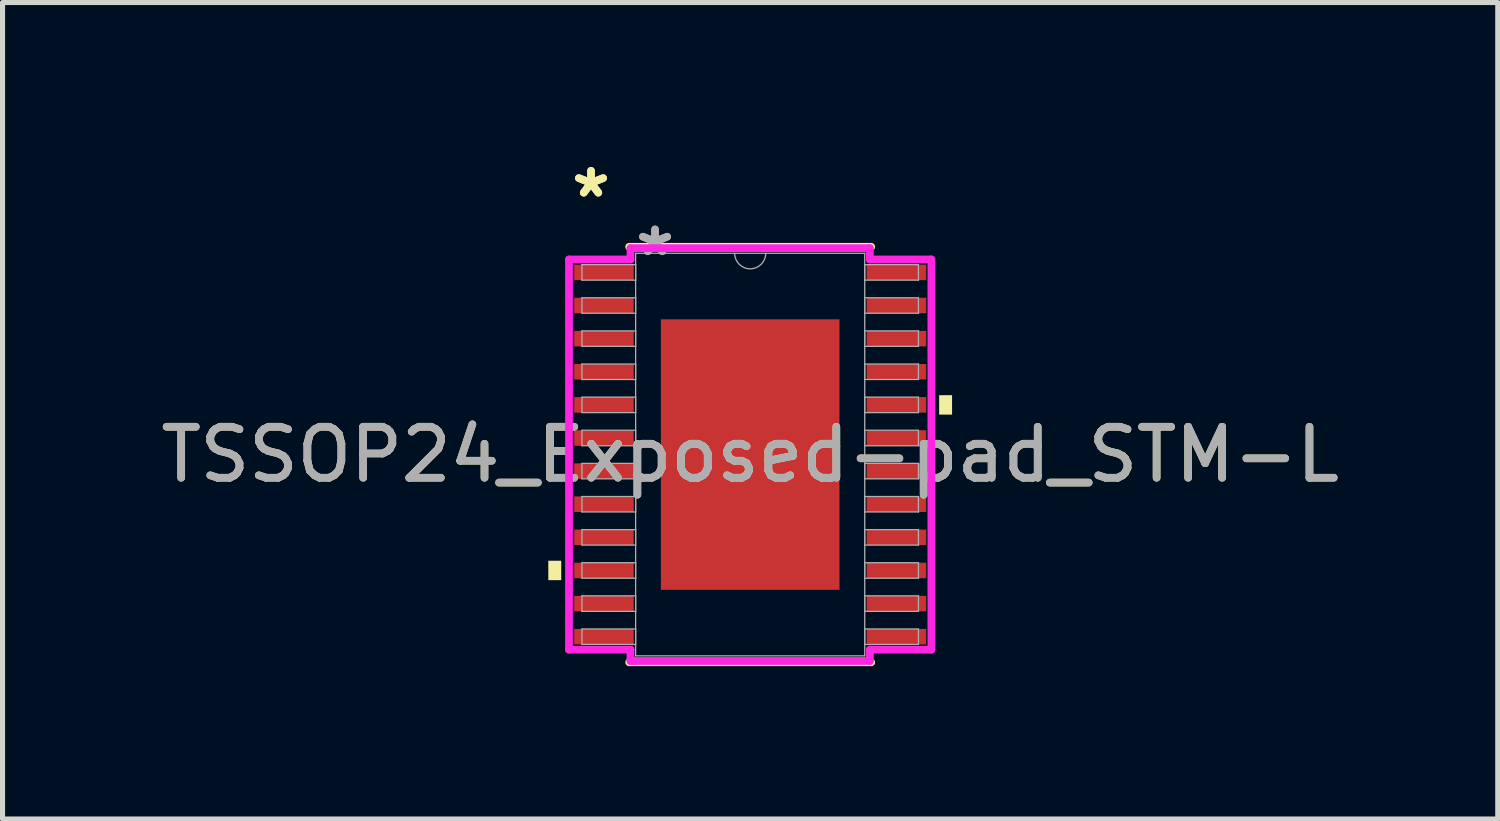
<source format=kicad_pcb>
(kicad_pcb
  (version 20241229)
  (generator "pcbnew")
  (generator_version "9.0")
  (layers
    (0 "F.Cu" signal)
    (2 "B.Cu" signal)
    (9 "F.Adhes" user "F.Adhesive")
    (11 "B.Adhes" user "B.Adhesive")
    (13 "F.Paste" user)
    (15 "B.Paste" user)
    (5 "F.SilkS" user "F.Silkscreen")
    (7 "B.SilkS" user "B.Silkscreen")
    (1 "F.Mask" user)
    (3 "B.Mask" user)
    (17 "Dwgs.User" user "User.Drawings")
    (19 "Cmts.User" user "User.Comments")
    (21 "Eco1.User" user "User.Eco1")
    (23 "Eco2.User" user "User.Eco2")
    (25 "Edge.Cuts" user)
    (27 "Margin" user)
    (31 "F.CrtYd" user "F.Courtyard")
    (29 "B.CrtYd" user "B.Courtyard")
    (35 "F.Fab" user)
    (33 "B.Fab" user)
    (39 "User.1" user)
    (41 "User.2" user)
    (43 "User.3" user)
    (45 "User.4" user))
  (footprint "TSSOP24_Exposed-pad_STM-L"
    (layer "F.Cu")
    (at 11.673 5.871)
    (property "Reference" "TSSOP24_Exposed-pad_STM-L" (at 0 0 0) (unlocked yes) (layer "F.SilkS") (effects (font (size 1 1) (thickness 0.15))))
    (attr smd)
    (fp_line (start -2.375 4.077) (end 2.375 4.077) (stroke (width 0.152) (type solid)) (layer "F.SilkS"))
    (fp_line (start 2.375 -4.077) (end -2.375 -4.077) (stroke (width 0.152) (type solid)) (layer "F.SilkS"))
    (fp_poly (pts (xy -3.962 2.084) (xy -3.962 2.465) (xy -3.708 2.465) (xy -3.708 2.084)) (stroke (width 0) (type solid)) (fill yes) (layer "F.SilkS"))
    (fp_poly (pts (xy 3.962 -1.165) (xy 3.962 -0.784) (xy 3.708 -0.784) (xy 3.708 -1.165)) (stroke (width 0) (type solid)) (fill yes) (layer "F.SilkS"))
    (fp_poly (pts (xy -1.653 -2.554) (xy -1.653 -1.427) (xy -0.1 -1.427) (xy -0.1 -2.554)) (stroke (width 0) (type solid)) (fill yes) (layer "F.Paste"))
    (fp_poly (pts (xy -1.653 -1.227) (xy -1.653 -0.1) (xy -0.1 -0.1) (xy -0.1 -1.227)) (stroke (width 0) (type solid)) (fill yes) (layer "F.Paste"))
    (fp_poly (pts (xy -1.653 0.1) (xy -1.653 1.227) (xy -0.1 1.227) (xy -0.1 0.1)) (stroke (width 0) (type solid)) (fill yes) (layer "F.Paste"))
    (fp_poly (pts (xy -1.653 1.427) (xy -1.653 2.554) (xy -0.1 2.554) (xy -0.1 1.427)) (stroke (width 0) (type solid)) (fill yes) (layer "F.Paste"))
    (fp_poly (pts (xy 0.1 -2.554) (xy 0.1 -1.427) (xy 1.653 -1.427) (xy 1.653 -2.554)) (stroke (width 0) (type solid)) (fill yes) (layer "F.Paste"))
    (fp_poly (pts (xy 0.1 -1.227) (xy 0.1 -0.1) (xy 1.653 -0.1) (xy 1.653 -1.227)) (stroke (width 0) (type solid)) (fill yes) (layer "F.Paste"))
    (fp_poly (pts (xy 0.1 0.1) (xy 0.1 1.227) (xy 1.653 1.227) (xy 1.653 0.1)) (stroke (width 0) (type solid)) (fill yes) (layer "F.Paste"))
    (fp_poly (pts (xy 0.1 1.427) (xy 0.1 2.554) (xy 1.653 2.554) (xy 1.653 1.427)) (stroke (width 0) (type solid)) (fill yes) (layer "F.Paste"))
    (fp_line (start -3.556 -3.829) (end -2.349 -3.829) (stroke (width 0.152) (type solid)) (layer "F.CrtYd"))
    (fp_line (start -3.556 3.829) (end -3.556 -3.829) (stroke (width 0.152) (type solid)) (layer "F.CrtYd"))
    (fp_line (start -3.556 3.829) (end -2.349 3.829) (stroke (width 0.152) (type solid)) (layer "F.CrtYd"))
    (fp_line (start -2.349 -4.051) (end 2.349 -4.051) (stroke (width 0.152) (type solid)) (layer "F.CrtYd"))
    (fp_line (start -2.349 -3.829) (end -2.349 -4.051) (stroke (width 0.152) (type solid)) (layer "F.CrtYd"))
    (fp_line (start -2.349 4.051) (end -2.349 3.829) (stroke (width 0.152) (type solid)) (layer "F.CrtYd"))
    (fp_line (start 2.349 -4.051) (end 2.349 -3.829) (stroke (width 0.152) (type solid)) (layer "F.CrtYd"))
    (fp_line (start 2.349 3.829) (end 2.349 4.051) (stroke (width 0.152) (type solid)) (layer "F.CrtYd"))
    (fp_line (start 2.349 4.051) (end -2.349 4.051) (stroke (width 0.152) (type solid)) (layer "F.CrtYd"))
    (fp_line (start 3.556 -3.829) (end 2.349 -3.829) (stroke (width 0.152) (type solid)) (layer "F.CrtYd"))
    (fp_line (start 3.556 -3.829) (end 3.556 3.829) (stroke (width 0.152) (type solid)) (layer "F.CrtYd"))
    (fp_line (start 3.556 3.829) (end 2.349 3.829) (stroke (width 0.152) (type solid)) (layer "F.CrtYd"))
    (fp_line (start -3.302 -3.727) (end -3.302 -3.423) (stroke (width 0.025) (type solid)) (layer "F.Fab"))
    (fp_line (start -3.302 -3.423) (end -2.248 -3.423) (stroke (width 0.025) (type solid)) (layer "F.Fab"))
    (fp_line (start -3.302 -3.077) (end -3.302 -2.773) (stroke (width 0.025) (type solid)) (layer "F.Fab"))
    (fp_line (start -3.302 -2.773) (end -2.248 -2.773) (stroke (width 0.025) (type solid)) (layer "F.Fab"))
    (fp_line (start -3.302 -2.427) (end -3.302 -2.123) (stroke (width 0.025) (type solid)) (layer "F.Fab"))
    (fp_line (start -3.302 -2.123) (end -2.248 -2.123) (stroke (width 0.025) (type solid)) (layer "F.Fab"))
    (fp_line (start -3.302 -1.777) (end -3.302 -1.473) (stroke (width 0.025) (type solid)) (layer "F.Fab"))
    (fp_line (start -3.302 -1.473) (end -2.248 -1.473) (stroke (width 0.025) (type solid)) (layer "F.Fab"))
    (fp_line (start -3.302 -1.127) (end -3.302 -0.823) (stroke (width 0.025) (type solid)) (layer "F.Fab"))
    (fp_line (start -3.302 -0.823) (end -2.248 -0.823) (stroke (width 0.025) (type solid)) (layer "F.Fab"))
    (fp_line (start -3.302 -0.477) (end -3.302 -0.173) (stroke (width 0.025) (type solid)) (layer "F.Fab"))
    (fp_line (start -3.302 -0.173) (end -2.248 -0.173) (stroke (width 0.025) (type solid)) (layer "F.Fab"))
    (fp_line (start -3.302 0.173) (end -3.302 0.477) (stroke (width 0.025) (type solid)) (layer "F.Fab"))
    (fp_line (start -3.302 0.477) (end -2.248 0.477) (stroke (width 0.025) (type solid)) (layer "F.Fab"))
    (fp_line (start -3.302 0.823) (end -3.302 1.127) (stroke (width 0.025) (type solid)) (layer "F.Fab"))
    (fp_line (start -3.302 1.127) (end -2.248 1.127) (stroke (width 0.025) (type solid)) (layer "F.Fab"))
    (fp_line (start -3.302 1.473) (end -3.302 1.777) (stroke (width 0.025) (type solid)) (layer "F.Fab"))
    (fp_line (start -3.302 1.777) (end -2.248 1.777) (stroke (width 0.025) (type solid)) (layer "F.Fab"))
    (fp_line (start -3.302 2.123) (end -3.302 2.427) (stroke (width 0.025) (type solid)) (layer "F.Fab"))
    (fp_line (start -3.302 2.427) (end -2.248 2.427) (stroke (width 0.025) (type solid)) (layer "F.Fab"))
    (fp_line (start -3.302 2.773) (end -3.302 3.077) (stroke (width 0.025) (type solid)) (layer "F.Fab"))
    (fp_line (start -3.302 3.077) (end -2.248 3.077) (stroke (width 0.025) (type solid)) (layer "F.Fab"))
    (fp_line (start -3.302 3.423) (end -3.302 3.727) (stroke (width 0.025) (type solid)) (layer "F.Fab"))
    (fp_line (start -3.302 3.727) (end -2.248 3.727) (stroke (width 0.025) (type solid)) (layer "F.Fab"))
    (fp_line (start -2.248 -3.95) (end -2.248 3.95) (stroke (width 0.025) (type solid)) (layer "F.Fab"))
    (fp_line (start -2.248 -3.727) (end -3.302 -3.727) (stroke (width 0.025) (type solid)) (layer "F.Fab"))
    (fp_line (start -2.248 -3.423) (end -2.248 -3.727) (stroke (width 0.025) (type solid)) (layer "F.Fab"))
    (fp_line (start -2.248 -3.077) (end -3.302 -3.077) (stroke (width 0.025) (type solid)) (layer "F.Fab"))
    (fp_line (start -2.248 -2.773) (end -2.248 -3.077) (stroke (width 0.025) (type solid)) (layer "F.Fab"))
    (fp_line (start -2.248 -2.427) (end -3.302 -2.427) (stroke (width 0.025) (type solid)) (layer "F.Fab"))
    (fp_line (start -2.248 -2.123) (end -2.248 -2.427) (stroke (width 0.025) (type solid)) (layer "F.Fab"))
    (fp_line (start -2.248 -1.777) (end -3.302 -1.777) (stroke (width 0.025) (type solid)) (layer "F.Fab"))
    (fp_line (start -2.248 -1.473) (end -2.248 -1.777) (stroke (width 0.025) (type solid)) (layer "F.Fab"))
    (fp_line (start -2.248 -1.127) (end -3.302 -1.127) (stroke (width 0.025) (type solid)) (layer "F.Fab"))
    (fp_line (start -2.248 -0.823) (end -2.248 -1.127) (stroke (width 0.025) (type solid)) (layer "F.Fab"))
    (fp_line (start -2.248 -0.477) (end -3.302 -0.477) (stroke (width 0.025) (type solid)) (layer "F.Fab"))
    (fp_line (start -2.248 -0.173) (end -2.248 -0.477) (stroke (width 0.025) (type solid)) (layer "F.Fab"))
    (fp_line (start -2.248 0.173) (end -3.302 0.173) (stroke (width 0.025) (type solid)) (layer "F.Fab"))
    (fp_line (start -2.248 0.477) (end -2.248 0.173) (stroke (width 0.025) (type solid)) (layer "F.Fab"))
    (fp_line (start -2.248 0.823) (end -3.302 0.823) (stroke (width 0.025) (type solid)) (layer "F.Fab"))
    (fp_line (start -2.248 1.127) (end -2.248 0.823) (stroke (width 0.025) (type solid)) (layer "F.Fab"))
    (fp_line (start -2.248 1.473) (end -3.302 1.473) (stroke (width 0.025) (type solid)) (layer "F.Fab"))
    (fp_line (start -2.248 1.777) (end -2.248 1.473) (stroke (width 0.025) (type solid)) (layer "F.Fab"))
    (fp_line (start -2.248 2.123) (end -3.302 2.123) (stroke (width 0.025) (type solid)) (layer "F.Fab"))
    (fp_line (start -2.248 2.427) (end -2.248 2.123) (stroke (width 0.025) (type solid)) (layer "F.Fab"))
    (fp_line (start -2.248 2.773) (end -3.302 2.773) (stroke (width 0.025) (type solid)) (layer "F.Fab"))
    (fp_line (start -2.248 3.077) (end -2.248 2.773) (stroke (width 0.025) (type solid)) (layer "F.Fab"))
    (fp_line (start -2.248 3.423) (end -3.302 3.423) (stroke (width 0.025) (type solid)) (layer "F.Fab"))
    (fp_line (start -2.248 3.727) (end -2.248 3.423) (stroke (width 0.025) (type solid)) (layer "F.Fab"))
    (fp_line (start -2.248 3.95) (end 2.248 3.95) (stroke (width 0.025) (type solid)) (layer "F.Fab"))
    (fp_line (start 2.248 -3.95) (end -2.248 -3.95) (stroke (width 0.025) (type solid)) (layer "F.Fab"))
    (fp_line (start 2.248 -3.727) (end 2.248 -3.423) (stroke (width 0.025) (type solid)) (layer "F.Fab"))
    (fp_line (start 2.248 -3.423) (end 3.302 -3.423) (stroke (width 0.025) (type solid)) (layer "F.Fab"))
    (fp_line (start 2.248 -3.077) (end 2.248 -2.773) (stroke (width 0.025) (type solid)) (layer "F.Fab"))
    (fp_line (start 2.248 -2.773) (end 3.302 -2.773) (stroke (width 0.025) (type solid)) (layer "F.Fab"))
    (fp_line (start 2.248 -2.427) (end 2.248 -2.123) (stroke (width 0.025) (type solid)) (layer "F.Fab"))
    (fp_line (start 2.248 -2.123) (end 3.302 -2.123) (stroke (width 0.025) (type solid)) (layer "F.Fab"))
    (fp_line (start 2.248 -1.777) (end 2.248 -1.473) (stroke (width 0.025) (type solid)) (layer "F.Fab"))
    (fp_line (start 2.248 -1.473) (end 3.302 -1.473) (stroke (width 0.025) (type solid)) (layer "F.Fab"))
    (fp_line (start 2.248 -1.127) (end 2.248 -0.823) (stroke (width 0.025) (type solid)) (layer "F.Fab"))
    (fp_line (start 2.248 -0.823) (end 3.302 -0.823) (stroke (width 0.025) (type solid)) (layer "F.Fab"))
    (fp_line (start 2.248 -0.477) (end 2.248 -0.173) (stroke (width 0.025) (type solid)) (layer "F.Fab"))
    (fp_line (start 2.248 -0.173) (end 3.302 -0.173) (stroke (width 0.025) (type solid)) (layer "F.Fab"))
    (fp_line (start 2.248 0.173) (end 2.248 0.477) (stroke (width 0.025) (type solid)) (layer "F.Fab"))
    (fp_line (start 2.248 0.477) (end 3.302 0.477) (stroke (width 0.025) (type solid)) (layer "F.Fab"))
    (fp_line (start 2.248 0.823) (end 2.248 1.127) (stroke (width 0.025) (type solid)) (layer "F.Fab"))
    (fp_line (start 2.248 1.127) (end 3.302 1.127) (stroke (width 0.025) (type solid)) (layer "F.Fab"))
    (fp_line (start 2.248 1.473) (end 2.248 1.777) (stroke (width 0.025) (type solid)) (layer "F.Fab"))
    (fp_line (start 2.248 1.777) (end 3.302 1.777) (stroke (width 0.025) (type solid)) (layer "F.Fab"))
    (fp_line (start 2.248 2.123) (end 2.248 2.427) (stroke (width 0.025) (type solid)) (layer "F.Fab"))
    (fp_line (start 2.248 2.427) (end 3.302 2.427) (stroke (width 0.025) (type solid)) (layer "F.Fab"))
    (fp_line (start 2.248 2.773) (end 2.248 3.077) (stroke (width 0.025) (type solid)) (layer "F.Fab"))
    (fp_line (start 2.248 3.077) (end 3.302 3.077) (stroke (width 0.025) (type solid)) (layer "F.Fab"))
    (fp_line (start 2.248 3.423) (end 2.248 3.727) (stroke (width 0.025) (type solid)) (layer "F.Fab"))
    (fp_line (start 2.248 3.727) (end 3.302 3.727) (stroke (width 0.025) (type solid)) (layer "F.Fab"))
    (fp_line (start 2.248 3.95) (end 2.248 -3.95) (stroke (width 0.025) (type solid)) (layer "F.Fab"))
    (fp_line (start 3.302 -3.727) (end 2.248 -3.727) (stroke (width 0.025) (type solid)) (layer "F.Fab"))
    (fp_line (start 3.302 -3.423) (end 3.302 -3.727) (stroke (width 0.025) (type solid)) (layer "F.Fab"))
    (fp_line (start 3.302 -3.077) (end 2.248 -3.077) (stroke (width 0.025) (type solid)) (layer "F.Fab"))
    (fp_line (start 3.302 -2.773) (end 3.302 -3.077) (stroke (width 0.025) (type solid)) (layer "F.Fab"))
    (fp_line (start 3.302 -2.427) (end 2.248 -2.427) (stroke (width 0.025) (type solid)) (layer "F.Fab"))
    (fp_line (start 3.302 -2.123) (end 3.302 -2.427) (stroke (width 0.025) (type solid)) (layer "F.Fab"))
    (fp_line (start 3.302 -1.777) (end 2.248 -1.777) (stroke (width 0.025) (type solid)) (layer "F.Fab"))
    (fp_line (start 3.302 -1.473) (end 3.302 -1.777) (stroke (width 0.025) (type solid)) (layer "F.Fab"))
    (fp_line (start 3.302 -1.127) (end 2.248 -1.127) (stroke (width 0.025) (type solid)) (layer "F.Fab"))
    (fp_line (start 3.302 -0.823) (end 3.302 -1.127) (stroke (width 0.025) (type solid)) (layer "F.Fab"))
    (fp_line (start 3.302 -0.477) (end 2.248 -0.477) (stroke (width 0.025) (type solid)) (layer "F.Fab"))
    (fp_line (start 3.302 -0.173) (end 3.302 -0.477) (stroke (width 0.025) (type solid)) (layer "F.Fab"))
    (fp_line (start 3.302 0.173) (end 2.248 0.173) (stroke (width 0.025) (type solid)) (layer "F.Fab"))
    (fp_line (start 3.302 0.477) (end 3.302 0.173) (stroke (width 0.025) (type solid)) (layer "F.Fab"))
    (fp_line (start 3.302 0.823) (end 2.248 0.823) (stroke (width 0.025) (type solid)) (layer "F.Fab"))
    (fp_line (start 3.302 1.127) (end 3.302 0.823) (stroke (width 0.025) (type solid)) (layer "F.Fab"))
    (fp_line (start 3.302 1.473) (end 2.248 1.473) (stroke (width 0.025) (type solid)) (layer "F.Fab"))
    (fp_line (start 3.302 1.777) (end 3.302 1.473) (stroke (width 0.025) (type solid)) (layer "F.Fab"))
    (fp_line (start 3.302 2.123) (end 2.248 2.123) (stroke (width 0.025) (type solid)) (layer "F.Fab"))
    (fp_line (start 3.302 2.427) (end 3.302 2.123) (stroke (width 0.025) (type solid)) (layer "F.Fab"))
    (fp_line (start 3.302 2.773) (end 2.248 2.773) (stroke (width 0.025) (type solid)) (layer "F.Fab"))
    (fp_line (start 3.302 3.077) (end 3.302 2.773) (stroke (width 0.025) (type solid)) (layer "F.Fab"))
    (fp_line (start 3.302 3.423) (end 2.248 3.423) (stroke (width 0.025) (type solid)) (layer "F.Fab"))
    (fp_line (start 3.302 3.727) (end 3.302 3.423) (stroke (width 0.025) (type solid)) (layer "F.Fab"))
    (fp_arc (start 0.3048 -3.9497) (mid 0 -3.6449) (end -0.3048 -3.9497) (stroke (width 0.0254) (type solid)) (layer "F.Fab"))
    (fp_text user "*" (at -3.124 -5.023 0) (layer "F.SilkS") (effects (font (size 1 1) (thickness 0.15))))
    (fp_text user "*" (at -3.124 -5.023 0) (unlocked yes) (layer "F.SilkS") (effects (font (size 1 1) (thickness 0.15))))
    (fp_text user "${REFERENCE}" (at 0 0 0) (unlocked yes) (layer "F.Fab") (effects (font (size 1 1) (thickness 0.15))))
    (fp_text user "*" (at -1.867 -3.873 0) (layer "F.Fab") (effects (font (size 1 1) (thickness 0.15))))
    (fp_text user "*" (at -1.867 -3.873 0) (unlocked yes) (layer "F.Fab") (effects (font (size 1 1) (thickness 0.15))))
    (pad "1" smd rect (at -2.87 -3.575) (size 1.168 0.305) (layers "F.Cu" "F.Mask" "F.Paste"))
    (pad "2" smd rect (at -2.87 -2.925) (size 1.168 0.305) (layers "F.Cu" "F.Mask" "F.Paste"))
    (pad "3" smd rect (at -2.87 -2.275) (size 1.168 0.305) (layers "F.Cu" "F.Mask" "F.Paste"))
    (pad "4" smd rect (at -2.87 -1.625) (size 1.168 0.305) (layers "F.Cu" "F.Mask" "F.Paste"))
    (pad "5" smd rect (at -2.87 -0.975) (size 1.168 0.305) (layers "F.Cu" "F.Mask" "F.Paste"))
    (pad "6" smd rect (at -2.87 -0.325) (size 1.168 0.305) (layers "F.Cu" "F.Mask" "F.Paste"))
    (pad "7" smd rect (at -2.87 0.325) (size 1.168 0.305) (layers "F.Cu" "F.Mask" "F.Paste"))
    (pad "8" smd rect (at -2.87 0.975) (size 1.168 0.305) (layers "F.Cu" "F.Mask" "F.Paste"))
    (pad "9" smd rect (at -2.87 1.625) (size 1.168 0.305) (layers "F.Cu" "F.Mask" "F.Paste"))
    (pad "10" smd rect (at -2.87 2.275) (size 1.168 0.305) (layers "F.Cu" "F.Mask" "F.Paste"))
    (pad "11" smd rect (at -2.87 2.925) (size 1.168 0.305) (layers "F.Cu" "F.Mask" "F.Paste"))
    (pad "12" smd rect (at -2.87 3.575) (size 1.168 0.305) (layers "F.Cu" "F.Mask" "F.Paste"))
    (pad "13" smd rect (at 2.87 3.575) (size 1.168 0.305) (layers "F.Cu" "F.Mask" "F.Paste"))
    (pad "14" smd rect (at 2.87 2.925) (size 1.168 0.305) (layers "F.Cu" "F.Mask" "F.Paste"))
    (pad "15" smd rect (at 2.87 2.275) (size 1.168 0.305) (layers "F.Cu" "F.Mask" "F.Paste"))
    (pad "16" smd rect (at 2.87 1.625) (size 1.168 0.305) (layers "F.Cu" "F.Mask" "F.Paste"))
    (pad "17" smd rect (at 2.87 0.975) (size 1.168 0.305) (layers "F.Cu" "F.Mask" "F.Paste"))
    (pad "18" smd rect (at 2.87 0.325) (size 1.168 0.305) (layers "F.Cu" "F.Mask" "F.Paste"))
    (pad "19" smd rect (at 2.87 -0.325) (size 1.168 0.305) (layers "F.Cu" "F.Mask" "F.Paste"))
    (pad "20" smd rect (at 2.87 -0.975) (size 1.168 0.305) (layers "F.Cu" "F.Mask" "F.Paste"))
    (pad "21" smd rect (at 2.87 -1.625) (size 1.168 0.305) (layers "F.Cu" "F.Mask" "F.Paste"))
    (pad "22" smd rect (at 2.87 -2.275) (size 1.168 0.305) (layers "F.Cu" "F.Mask" "F.Paste"))
    (pad "23" smd rect (at 2.87 -2.925) (size 1.168 0.305) (layers "F.Cu" "F.Mask" "F.Paste"))
    (pad "24" smd rect (at 2.87 -3.575) (size 1.168 0.305) (layers "F.Cu" "F.Mask" "F.Paste"))
    (pad "EPAD" smd rect (at 0 0) (size 3.505 5.309) (layers "F.Cu" "F.Mask")))
  (gr_rect
    (start -3 -3)
    (end 26.345 13.024)
    (stroke (width 0.1) (type default))
    (fill no)
    (layer "Edge.Cuts")))
</source>
